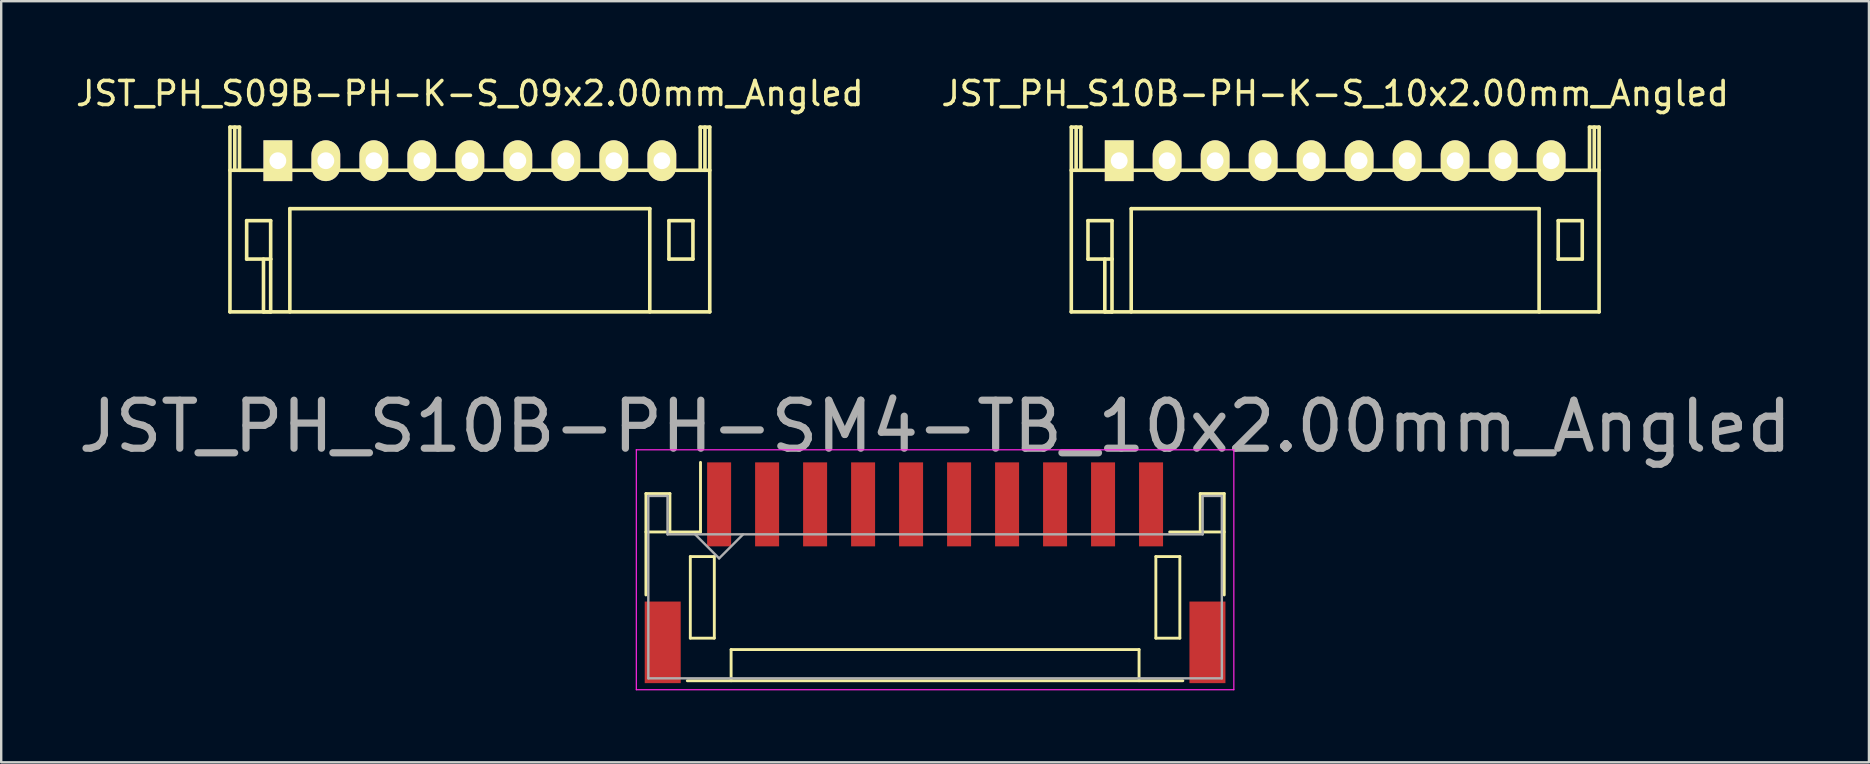
<source format=kicad_pcb>
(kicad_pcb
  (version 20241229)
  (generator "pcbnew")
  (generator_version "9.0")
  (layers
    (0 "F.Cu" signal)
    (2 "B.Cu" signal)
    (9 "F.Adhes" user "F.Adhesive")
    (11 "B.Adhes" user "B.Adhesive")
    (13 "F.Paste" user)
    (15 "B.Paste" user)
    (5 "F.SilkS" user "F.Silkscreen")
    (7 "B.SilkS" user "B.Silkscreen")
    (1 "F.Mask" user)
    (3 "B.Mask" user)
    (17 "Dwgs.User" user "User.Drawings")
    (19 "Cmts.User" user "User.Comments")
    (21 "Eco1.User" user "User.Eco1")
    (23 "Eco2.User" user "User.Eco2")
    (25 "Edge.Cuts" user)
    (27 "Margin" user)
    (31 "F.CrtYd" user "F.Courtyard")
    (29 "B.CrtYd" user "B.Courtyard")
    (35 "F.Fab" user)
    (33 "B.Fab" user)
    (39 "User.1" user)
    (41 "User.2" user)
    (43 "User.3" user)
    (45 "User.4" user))
  (footprint "JST_PH_S10B-PH-K-S_10x2.00mm_Angled"
    (layer "F.Cu")
    (at 43.589 3.647)
    (property "Reference" "JST_PH_S10B-PH-K-S_10x2.00mm_Angled" (at 9 -2.799 0) (layer "F.SilkS") (effects (font (size 1 1) (thickness 0.15))))
    (attr through_hole)
    (fp_line (start -2.001 0.399) (end 20.001 0.399) (stroke (width 0.15) (type solid)) (layer "F.SilkS"))
    (fp_line (start -2.001 6.299) (end 20.001 6.299) (stroke (width 0.15) (type solid)) (layer "F.SilkS"))
    (fp_line (start -1.996 -1.4) (end -1.996 6.299) (stroke (width 0.15) (type solid)) (layer "F.SilkS"))
    (fp_line (start -1.795 -1.4) (end -1.795 0.399) (stroke (width 0.15) (type solid)) (layer "F.SilkS"))
    (fp_line (start -1.597 -1.4) (end -1.996 -1.4) (stroke (width 0.15) (type solid)) (layer "F.SilkS"))
    (fp_line (start -1.597 0.399) (end -1.597 -1.4) (stroke (width 0.15) (type solid)) (layer "F.SilkS"))
    (fp_line (start -1.3 2.499) (end -0.299 2.499) (stroke (width 0.15) (type solid)) (layer "F.SilkS"))
    (fp_line (start -1.3 4.1) (end -1.3 2.499) (stroke (width 0.15) (type solid)) (layer "F.SilkS"))
    (fp_line (start -0.599 6.299) (end -0.599 4.1) (stroke (width 0.15) (type solid)) (layer "F.SilkS"))
    (fp_line (start -0.299 2.499) (end -0.299 4.1) (stroke (width 0.15) (type solid)) (layer "F.SilkS"))
    (fp_line (start -0.299 4.1) (end -1.3 4.1) (stroke (width 0.15) (type solid)) (layer "F.SilkS"))
    (fp_line (start -0.299 4.1) (end -0.299 6.299) (stroke (width 0.15) (type solid)) (layer "F.SilkS"))
    (fp_line (start -0.299 6.299) (end -0.599 6.299) (stroke (width 0.15) (type solid)) (layer "F.SilkS"))
    (fp_line (start 0.501 1.999) (end 0.501 6.299) (stroke (width 0.15) (type solid)) (layer "F.SilkS"))
    (fp_line (start 17.499 1.999) (end 0.501 1.999) (stroke (width 0.15) (type solid)) (layer "F.SilkS"))
    (fp_line (start 17.499 1.999) (end 17.499 6.299) (stroke (width 0.15) (type solid)) (layer "F.SilkS"))
    (fp_line (start 18.296 2.499) (end 19.297 2.499) (stroke (width 0.15) (type solid)) (layer "F.SilkS"))
    (fp_line (start 18.296 4.1) (end 18.296 2.499) (stroke (width 0.15) (type solid)) (layer "F.SilkS"))
    (fp_line (start 19.297 2.499) (end 19.297 4.1) (stroke (width 0.15) (type solid)) (layer "F.SilkS"))
    (fp_line (start 19.297 4.1) (end 18.296 4.1) (stroke (width 0.15) (type solid)) (layer "F.SilkS"))
    (fp_line (start 19.599 -1.4) (end 19.599 0.399) (stroke (width 0.15) (type solid)) (layer "F.SilkS"))
    (fp_line (start 19.798 -1.4) (end 19.798 0.399) (stroke (width 0.15) (type solid)) (layer "F.SilkS"))
    (fp_line (start 19.998 -1.4) (end 19.599 -1.4) (stroke (width 0.15) (type solid)) (layer "F.SilkS"))
    (fp_line (start 19.998 6.299) (end 19.998 -1.4) (stroke (width 0.15) (type solid)) (layer "F.SilkS"))
    (pad "1" thru_hole rect (at 0.001 0) (size 1.199 1.699) (drill 0.701) (layers "*.Cu" "*.Mask" "F.SilkS"))
    (pad "2" thru_hole oval (at 1.997 0) (size 1.199 1.699) (drill 0.701) (layers "*.Cu" "*.Mask" "F.SilkS"))
    (pad "3" thru_hole oval (at 3.999 0) (size 1.199 1.699) (drill 0.701) (layers "*.Cu" "*.Mask" "F.SilkS"))
    (pad "4" thru_hole oval (at 5.998 0) (size 1.199 1.699) (drill 0.701) (layers "*.Cu" "*.Mask" "F.SilkS"))
    (pad "5" thru_hole oval (at 7.999 0) (size 1.199 1.699) (drill 0.701) (layers "*.Cu" "*.Mask" "F.SilkS"))
    (pad "6" thru_hole oval (at 9.998 0) (size 1.199 1.699) (drill 0.701) (layers "*.Cu" "*.Mask" "F.SilkS"))
    (pad "7" thru_hole oval (at 12 0) (size 1.199 1.699) (drill 0.701) (layers "*.Cu" "*.Mask" "F.SilkS"))
    (pad "8" thru_hole oval (at 13.999 0) (size 1.199 1.699) (drill 0.701) (layers "*.Cu" "*.Mask" "F.SilkS"))
    (pad "9" thru_hole oval (at 16 0) (size 1.199 1.699) (drill 0.701) (layers "*.Cu" "*.Mask" "F.SilkS"))
    (pad "10" thru_hole oval (at 17.999 0) (size 1.199 1.699) (drill 0.701) (layers "*.Cu" "*.Mask" "F.SilkS")))
  (footprint "JST_PH_S09B-PH-K-S_09x2.00mm_Angled"
    (layer "F.Cu")
    (at 8.53 3.647)
    (property "Reference" "JST_PH_S09B-PH-K-S_09x2.00mm_Angled" (at 8 -2.799 0) (layer "F.SilkS") (effects (font (size 1 1) (thickness 0.15))))
    (attr through_hole)
    (fp_line (start -2 0.399) (end 18 0.399) (stroke (width 0.15) (type solid)) (layer "F.SilkS"))
    (fp_line (start -1.997 -1.4) (end -1.997 6.299) (stroke (width 0.15) (type solid)) (layer "F.SilkS"))
    (fp_line (start -1.797 -1.4) (end -1.797 0.399) (stroke (width 0.15) (type solid)) (layer "F.SilkS"))
    (fp_line (start -1.599 -1.4) (end -1.997 -1.4) (stroke (width 0.15) (type solid)) (layer "F.SilkS"))
    (fp_line (start -1.599 0.399) (end -1.599 -1.4) (stroke (width 0.15) (type solid)) (layer "F.SilkS"))
    (fp_line (start -1.301 2.499) (end -0.301 2.499) (stroke (width 0.15) (type solid)) (layer "F.SilkS"))
    (fp_line (start -1.301 4.1) (end -1.301 2.499) (stroke (width 0.15) (type solid)) (layer "F.SilkS"))
    (fp_line (start -0.6 6.299) (end -0.6 4.1) (stroke (width 0.15) (type solid)) (layer "F.SilkS"))
    (fp_line (start -0.301 2.499) (end -0.301 4.1) (stroke (width 0.15) (type solid)) (layer "F.SilkS"))
    (fp_line (start -0.301 4.1) (end -1.301 4.1) (stroke (width 0.15) (type solid)) (layer "F.SilkS"))
    (fp_line (start -0.301 4.1) (end -0.301 6.299) (stroke (width 0.15) (type solid)) (layer "F.SilkS"))
    (fp_line (start -0.301 6.299) (end -0.6 6.299) (stroke (width 0.15) (type solid)) (layer "F.SilkS"))
    (fp_line (start 0.499 1.999) (end 0.499 6.299) (stroke (width 0.15) (type solid)) (layer "F.SilkS"))
    (fp_line (start 0.499 1.999) (end 15.501 1.999) (stroke (width 0.15) (type solid)) (layer "F.SilkS"))
    (fp_line (start 15.498 1.999) (end 15.498 6.299) (stroke (width 0.15) (type solid)) (layer "F.SilkS"))
    (fp_line (start 16.296 2.499) (end 17.296 2.499) (stroke (width 0.15) (type solid)) (layer "F.SilkS"))
    (fp_line (start 16.296 4.1) (end 16.296 2.499) (stroke (width 0.15) (type solid)) (layer "F.SilkS"))
    (fp_line (start 17.296 2.499) (end 17.296 4.1) (stroke (width 0.15) (type solid)) (layer "F.SilkS"))
    (fp_line (start 17.296 4.1) (end 16.296 4.1) (stroke (width 0.15) (type solid)) (layer "F.SilkS"))
    (fp_line (start 17.599 -1.4) (end 17.599 0.399) (stroke (width 0.15) (type solid)) (layer "F.SilkS"))
    (fp_line (start 17.797 -1.4) (end 17.797 0.399) (stroke (width 0.15) (type solid)) (layer "F.SilkS"))
    (fp_line (start 17.997 -1.4) (end 17.599 -1.4) (stroke (width 0.15) (type solid)) (layer "F.SilkS"))
    (fp_line (start 17.997 6.299) (end 17.997 -1.4) (stroke (width 0.15) (type solid)) (layer "F.SilkS"))
    (fp_line (start 18 6.299) (end -2 6.299) (stroke (width 0.15) (type solid)) (layer "F.SilkS"))
    (pad "1" thru_hole rect (at -0.001 0) (size 1.199 1.699) (drill 0.701) (layers "*.Cu" "*.Mask" "F.SilkS"))
    (pad "2" thru_hole oval (at 1.998 0) (size 1.199 1.699) (drill 0.701) (layers "*.Cu" "*.Mask" "F.SilkS"))
    (pad "3" thru_hole oval (at 3.999 0) (size 1.199 1.699) (drill 0.701) (layers "*.Cu" "*.Mask" "F.SilkS"))
    (pad "4" thru_hole oval (at 5.998 0) (size 1.199 1.699) (drill 0.701) (layers "*.Cu" "*.Mask" "F.SilkS"))
    (pad "5" thru_hole oval (at 8 0) (size 1.199 1.699) (drill 0.701) (layers "*.Cu" "*.Mask" "F.SilkS"))
    (pad "6" thru_hole oval (at 9.999 0) (size 1.199 1.699) (drill 0.701) (layers "*.Cu" "*.Mask" "F.SilkS"))
    (pad "7" thru_hole oval (at 12.001 0) (size 1.199 1.699) (drill 0.701) (layers "*.Cu" "*.Mask" "F.SilkS"))
    (pad "8" thru_hole oval (at 13.999 0) (size 1.199 1.699) (drill 0.701) (layers "*.Cu" "*.Mask" "F.SilkS"))
    (pad "9" thru_hole oval (at 16.001 0) (size 1.199 1.699) (drill 0.701) (layers "*.Cu" "*.Mask" "F.SilkS")))
  (footprint "JST_PH_S10B-PH-SM4-TB_10x2.00mm_Angled"
    (layer "F.Cu")
    (at 35.917 20.843)
    (property "Reference" "JST_PH_S10B-PH-SM4-TB_10x2.00mm_Angled" (at 0 -6.125 0) (layer "F.Fab") (effects (font (size 2 2) (thickness 0.3))))
    (attr smd)
    (fp_line (start -12.05 -3.325) (end -12.05 0.9) (stroke (width 0.12) (type solid)) (layer "F.SilkS"))
    (fp_line (start -12.05 -1.725) (end -11.05 -1.725) (stroke (width 0.12) (type solid)) (layer "F.SilkS"))
    (fp_line (start -11.05 -3.325) (end -12.05 -3.325) (stroke (width 0.12) (type solid)) (layer "F.SilkS"))
    (fp_line (start -11.05 -1.725) (end -11.05 -3.325) (stroke (width 0.12) (type solid)) (layer "F.SilkS"))
    (fp_line (start -10.325 4.475) (end 10.325 4.475) (stroke (width 0.12) (type solid)) (layer "F.SilkS"))
    (fp_line (start -10.2 -0.7) (end -10.2 2.7) (stroke (width 0.12) (type solid)) (layer "F.SilkS"))
    (fp_line (start -10.2 2.7) (end -9.2 2.7) (stroke (width 0.12) (type solid)) (layer "F.SilkS"))
    (fp_line (start -9.775 -1.725) (end -11.05 -1.725) (stroke (width 0.12) (type solid)) (layer "F.SilkS"))
    (fp_line (start -9.775 -1.725) (end -9.775 -4.625) (stroke (width 0.12) (type solid)) (layer "F.SilkS"))
    (fp_line (start -9.2 -0.7) (end -10.2 -0.7) (stroke (width 0.12) (type solid)) (layer "F.SilkS"))
    (fp_line (start -9.2 2.7) (end -9.2 -0.7) (stroke (width 0.12) (type solid)) (layer "F.SilkS"))
    (fp_line (start -8.5 3.175) (end 8.5 3.175) (stroke (width 0.12) (type solid)) (layer "F.SilkS"))
    (fp_line (start -8.5 4.475) (end -8.5 3.175) (stroke (width 0.12) (type solid)) (layer "F.SilkS"))
    (fp_line (start 8.5 3.175) (end 8.5 4.475) (stroke (width 0.12) (type solid)) (layer "F.SilkS"))
    (fp_line (start 9.2 -0.7) (end 10.2 -0.7) (stroke (width 0.12) (type solid)) (layer "F.SilkS"))
    (fp_line (start 9.2 2.7) (end 9.2 -0.7) (stroke (width 0.12) (type solid)) (layer "F.SilkS"))
    (fp_line (start 10.2 -0.7) (end 10.2 2.7) (stroke (width 0.12) (type solid)) (layer "F.SilkS"))
    (fp_line (start 10.2 2.7) (end 9.2 2.7) (stroke (width 0.12) (type solid)) (layer "F.SilkS"))
    (fp_line (start 11.05 -3.325) (end 11.05 -1.725) (stroke (width 0.12) (type solid)) (layer "F.SilkS"))
    (fp_line (start 11.05 -1.725) (end 9.775 -1.725) (stroke (width 0.12) (type solid)) (layer "F.SilkS"))
    (fp_line (start 12.05 -3.325) (end 11.05 -3.325) (stroke (width 0.12) (type solid)) (layer "F.SilkS"))
    (fp_line (start 12.05 -1.725) (end 11.05 -1.725) (stroke (width 0.12) (type solid)) (layer "F.SilkS"))
    (fp_line (start 12.05 0.9) (end 12.05 -3.325) (stroke (width 0.12) (type solid)) (layer "F.SilkS"))
    (fp_line (start -12.45 -5.15) (end -12.45 4.85) (stroke (width 0.05) (type solid)) (layer "F.CrtYd"))
    (fp_line (start -12.45 4.85) (end 12.45 4.85) (stroke (width 0.05) (type solid)) (layer "F.CrtYd"))
    (fp_line (start 12.45 -5.15) (end -12.45 -5.15) (stroke (width 0.05) (type solid)) (layer "F.CrtYd"))
    (fp_line (start 12.45 4.85) (end 12.45 -5.15) (stroke (width 0.05) (type solid)) (layer "F.CrtYd"))
    (fp_line (start -11.95 -3.225) (end -11.95 4.375) (stroke (width 0.1) (type solid)) (layer "F.Fab"))
    (fp_line (start -11.95 4.375) (end 11.95 4.375) (stroke (width 0.1) (type solid)) (layer "F.Fab"))
    (fp_line (start -11.15 -3.225) (end -11.95 -3.225) (stroke (width 0.1) (type solid)) (layer "F.Fab"))
    (fp_line (start -11.15 -1.625) (end -11.15 -3.225) (stroke (width 0.1) (type solid)) (layer "F.Fab"))
    (fp_line (start -10 -1.625) (end -9 -0.625) (stroke (width 0.1) (type solid)) (layer "F.Fab"))
    (fp_line (start -9 -0.625) (end -8 -1.625) (stroke (width 0.1) (type solid)) (layer "F.Fab"))
    (fp_line (start 11.15 -3.225) (end 11.15 -1.625) (stroke (width 0.1) (type solid)) (layer "F.Fab"))
    (fp_line (start 11.15 -1.625) (end -11.15 -1.625) (stroke (width 0.1) (type solid)) (layer "F.Fab"))
    (fp_line (start 11.95 -3.225) (end 11.15 -3.225) (stroke (width 0.1) (type solid)) (layer "F.Fab"))
    (fp_line (start 11.95 4.375) (end 11.95 -3.225) (stroke (width 0.1) (type solid)) (layer "F.Fab"))
    (pad "" smd rect (at -11.35 2.875) (size 1.5 3.4) (layers "F.Cu" "F.Mask" "F.Paste"))
    (pad "" smd rect (at 11.35 2.875) (size 1.5 3.4) (layers "F.Cu" "F.Mask" "F.Paste"))
    (pad "1" smd rect (at -9 -2.875) (size 1 3.5) (layers "F.Cu" "F.Mask" "F.Paste"))
    (pad "2" smd rect (at -7 -2.875) (size 1 3.5) (layers "F.Cu" "F.Mask" "F.Paste"))
    (pad "3" smd rect (at -5 -2.875) (size 1 3.5) (layers "F.Cu" "F.Mask" "F.Paste"))
    (pad "4" smd rect (at -3 -2.875) (size 1 3.5) (layers "F.Cu" "F.Mask" "F.Paste"))
    (pad "5" smd rect (at -1 -2.875) (size 1 3.5) (layers "F.Cu" "F.Mask" "F.Paste"))
    (pad "6" smd rect (at 1 -2.875) (size 1 3.5) (layers "F.Cu" "F.Mask" "F.Paste"))
    (pad "7" smd rect (at 3 -2.875) (size 1 3.5) (layers "F.Cu" "F.Mask" "F.Paste"))
    (pad "8" smd rect (at 5 -2.875) (size 1 3.5) (layers "F.Cu" "F.Mask" "F.Paste"))
    (pad "9" smd rect (at 7 -2.875) (size 1 3.5) (layers "F.Cu" "F.Mask" "F.Paste"))
    (pad "10" smd rect (at 9 -2.875) (size 1 3.5) (layers "F.Cu" "F.Mask" "F.Paste")))
  (gr_rect
    (start -3 -3)
    (end 74.833 28.718)
    (stroke (width 0.1) (type default))
    (fill no)
    (layer "Edge.Cuts")))
</source>
